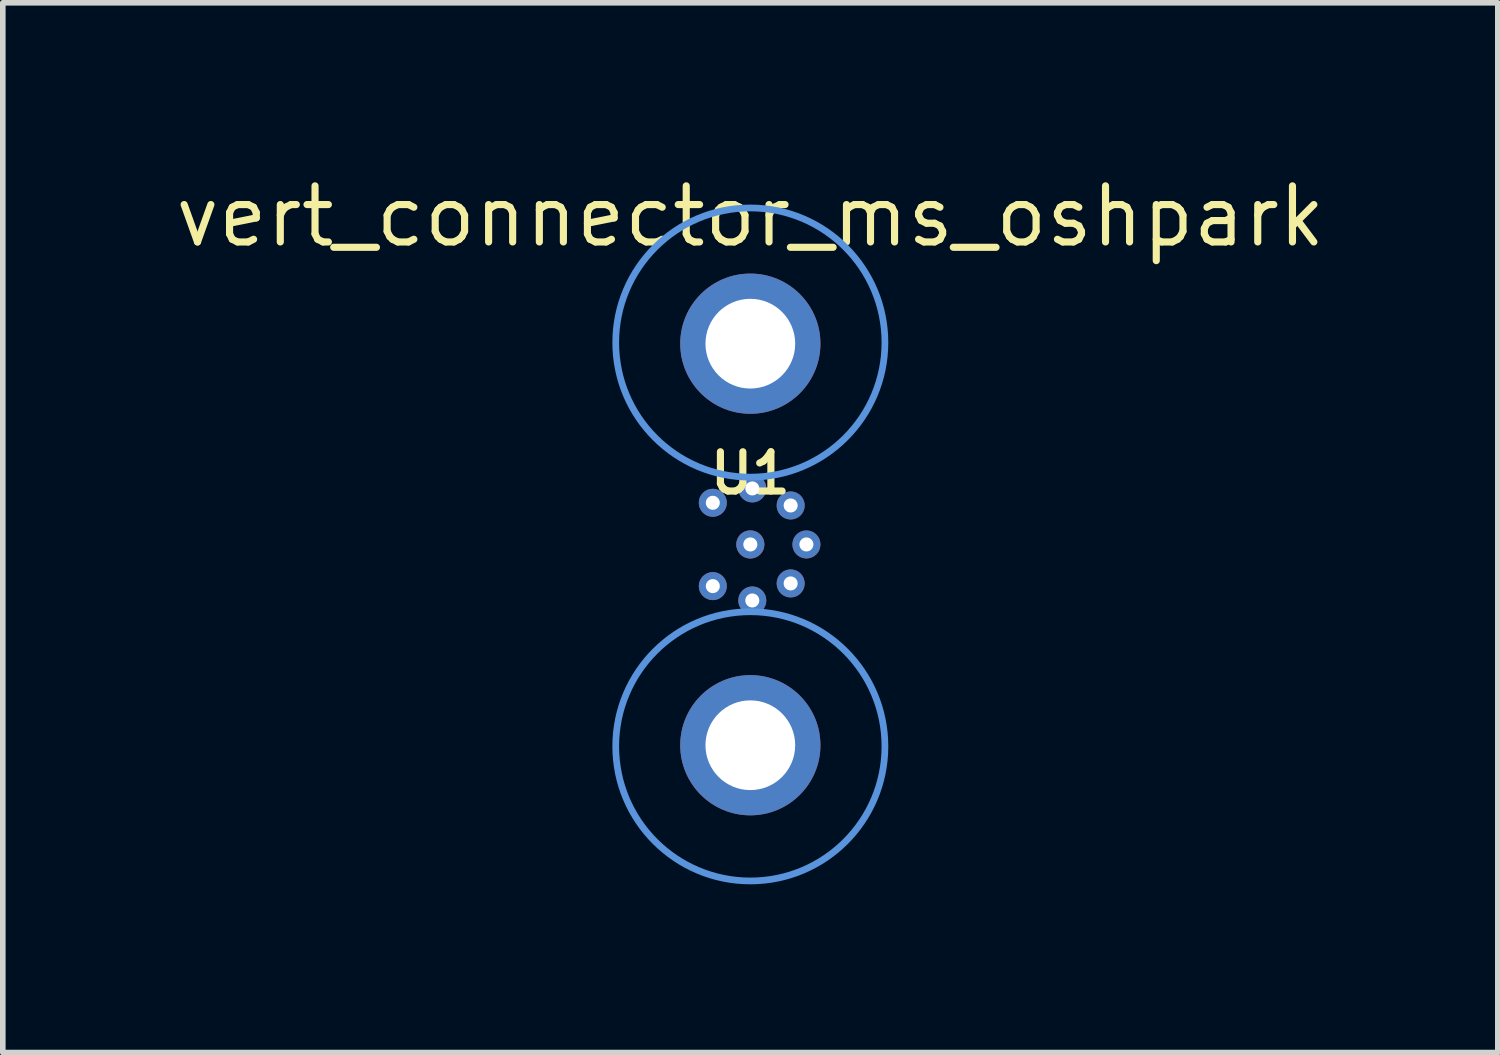
<source format=kicad_pcb>
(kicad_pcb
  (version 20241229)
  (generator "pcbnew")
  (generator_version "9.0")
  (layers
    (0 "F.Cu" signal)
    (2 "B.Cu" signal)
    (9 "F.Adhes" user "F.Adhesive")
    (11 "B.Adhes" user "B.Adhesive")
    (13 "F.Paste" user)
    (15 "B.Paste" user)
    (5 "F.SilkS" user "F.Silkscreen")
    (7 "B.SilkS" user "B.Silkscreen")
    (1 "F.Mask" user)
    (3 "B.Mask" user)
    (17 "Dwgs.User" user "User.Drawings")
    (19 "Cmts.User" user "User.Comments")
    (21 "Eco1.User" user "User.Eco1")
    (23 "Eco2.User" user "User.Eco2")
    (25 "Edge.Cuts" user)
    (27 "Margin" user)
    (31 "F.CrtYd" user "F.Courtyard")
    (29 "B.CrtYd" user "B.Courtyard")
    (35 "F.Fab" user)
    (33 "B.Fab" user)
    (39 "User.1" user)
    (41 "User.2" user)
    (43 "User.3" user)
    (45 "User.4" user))
  (footprint "vert_connector_ms_oshpark"
    (layer "F.Cu")
    (at 10.329 6.658)
    (property "Reference" "vert_connector_ms_oshpark" (at 0 -5.85 0) (layer "F.SilkS") (effects (font (size 1 1) (thickness 0.127))))
    (attr smd)
    (fp_poly (pts (xy -2.9 -4.2) (xy -2.9 4.2) (xy -1.45 5) (xy 1.45 5) (xy 2.9 4.2) (xy 2.9 -4.2) (xy 1.45 -5) (xy -1.45 -5)) (stroke (width 0.2) (type solid)) (fill yes) (layer "F.Mask"))
    (fp_circle (center 0 -3.6) (end 2.4 -3.6) (stroke (width 0.12) (type solid)) (fill no) (layer "Cmts.User"))
    (fp_circle (center 0 3.6) (end 2.4 3.6) (stroke (width 0.12) (type solid)) (fill no) (layer "Cmts.User"))
    (fp_text user "U1" (at 0 -1.27 0) (layer "F.SilkS") (effects (font (size 0.7 0.7) (thickness 0.127))))
    (pad "1" thru_hole circle (at 0 0) (size 0.5 0.5) (drill 0.25) (layers "*.Cu" "*.Mask"))
    (pad "1" smd circle (at 0 0) (size 0.5 0.5) (layers "F.Cu" "F.Mask" "F.Paste"))
    (pad "2" thru_hole circle (at -0.669 -0.743) (size 0.5 0.5) (drill 0.25) (layers "*.Cu" "*.Mask"))
    (pad "2" thru_hole circle (at -0.669 0.743) (size 0.5 0.5) (drill 0.25) (layers "*.Cu" "*.Mask"))
    (pad "2" thru_hole circle (at 0 -3.58) (size 2.5 2.5) (drill 1.6) (layers "*.Cu" "*.Mask"))
    (pad "2" thru_hole circle (at 0 3.58) (size 2.5 2.5) (drill 1.6) (layers "*.Cu" "*.Mask"))
    (pad "2" thru_hole circle (at 0.035 -0.999) (size 0.5 0.5) (drill 0.25) (layers "*.Cu" "*.Mask"))
    (pad "2" thru_hole circle (at 0.035 0.999) (size 0.5 0.5) (drill 0.25) (layers "*.Cu" "*.Mask"))
    (pad "2" thru_hole circle (at 0.719 -0.695) (size 0.5 0.5) (drill 0.25) (layers "*.Cu" "*.Mask"))
    (pad "2" thru_hole circle (at 0.719 0.695) (size 0.5 0.5) (drill 0.25) (layers "*.Cu" "*.Mask"))
    (pad "2" thru_hole circle (at 1 0) (size 0.5 0.5) (drill 0.25) (layers "*.Cu" "*.Mask")))
  (gr_rect
    (start -3 -3)
    (end 23.657 15.718)
    (stroke (width 0.1) (type default))
    (fill no)
    (layer "Edge.Cuts")))
</source>
